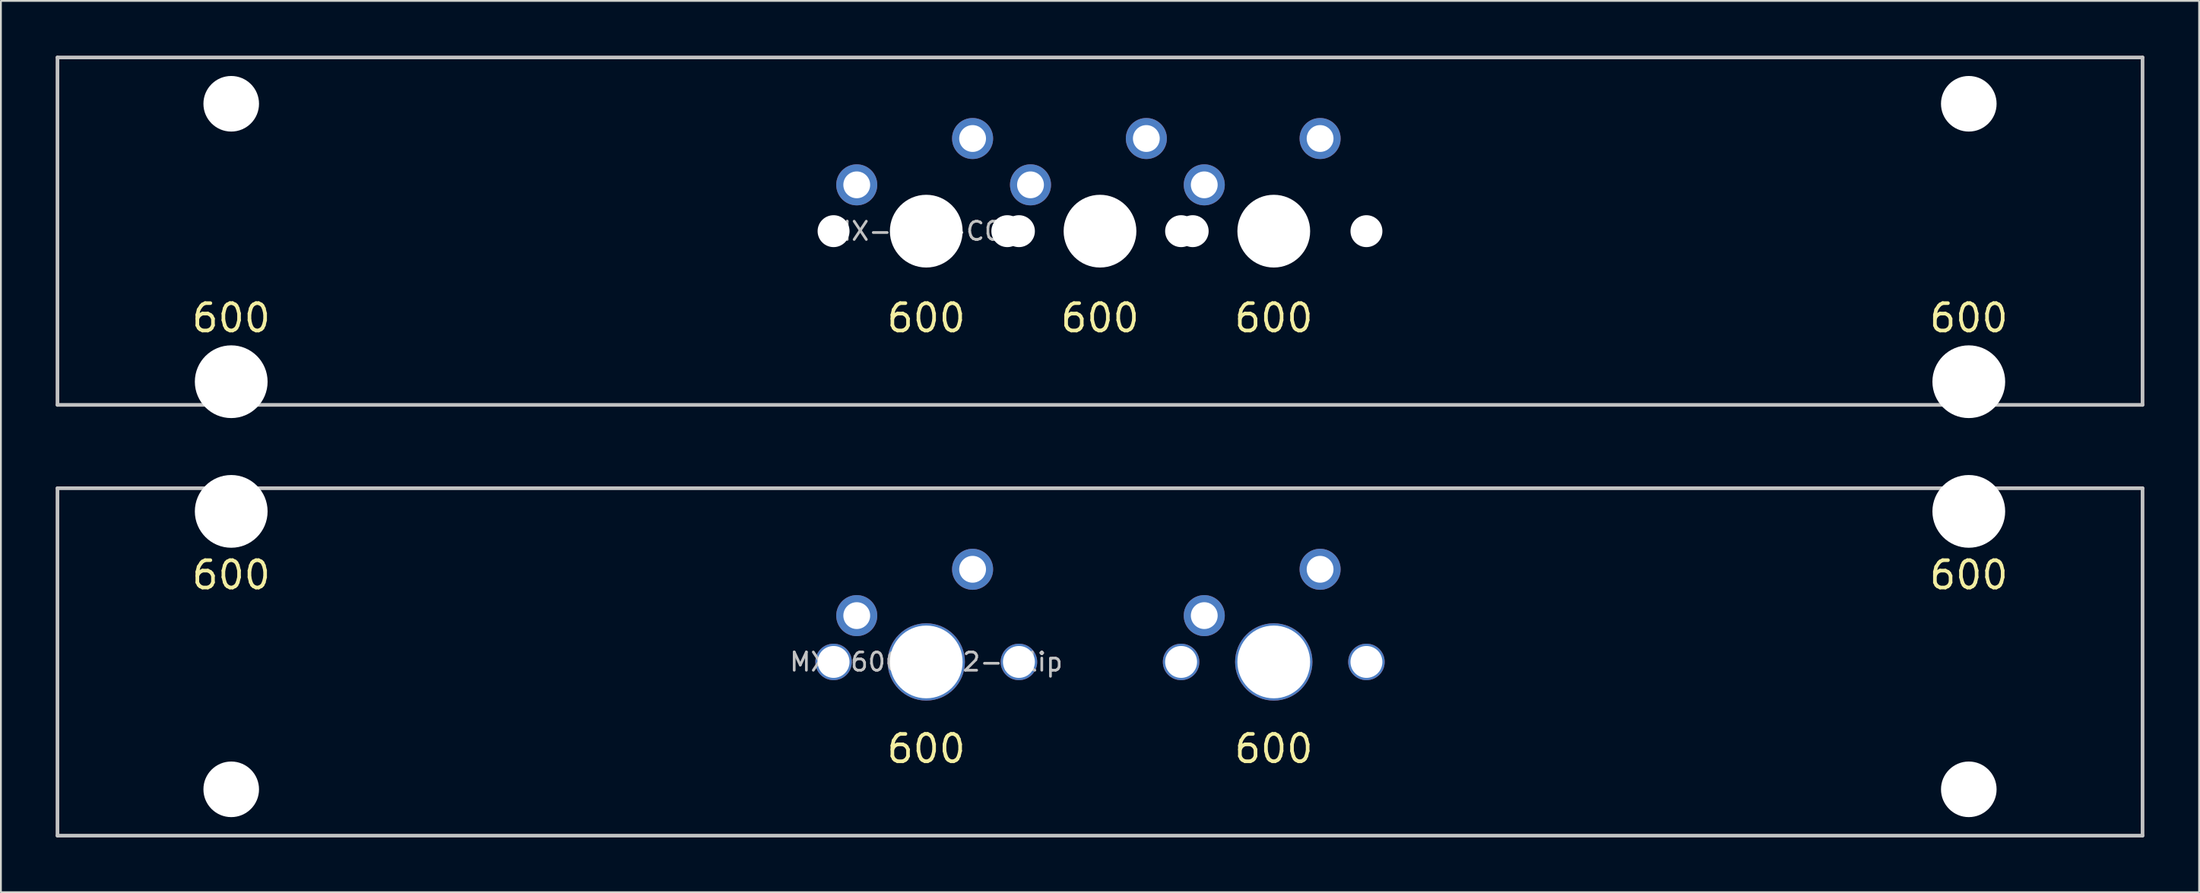
<source format=kicad_pcb>
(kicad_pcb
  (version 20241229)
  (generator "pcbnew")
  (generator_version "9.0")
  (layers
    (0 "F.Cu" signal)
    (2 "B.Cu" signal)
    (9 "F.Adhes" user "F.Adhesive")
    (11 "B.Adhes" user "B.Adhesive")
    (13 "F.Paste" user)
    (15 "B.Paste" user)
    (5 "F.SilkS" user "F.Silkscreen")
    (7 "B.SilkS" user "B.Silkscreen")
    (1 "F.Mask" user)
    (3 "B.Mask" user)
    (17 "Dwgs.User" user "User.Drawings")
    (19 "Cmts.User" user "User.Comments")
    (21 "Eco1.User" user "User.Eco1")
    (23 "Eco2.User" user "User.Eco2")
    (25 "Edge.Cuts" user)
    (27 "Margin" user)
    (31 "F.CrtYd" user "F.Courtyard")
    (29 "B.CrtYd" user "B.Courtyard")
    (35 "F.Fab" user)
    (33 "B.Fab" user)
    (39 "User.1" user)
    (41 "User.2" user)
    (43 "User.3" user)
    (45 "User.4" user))
  (footprint "MX-600-COC"
    (layer "F.Cu")
    (at 57.25 9.625)
    (property "Reference" "MX-600-COC" (at -9.525 0 0) (layer "Dwgs.User") (effects (font (size 1 1) (thickness 0.15))))
    (attr through_hole)
    (fp_line (start -57.15 9.525) (end -57.15 -9.525) (stroke (width 0.2) (type solid)) (layer "Dwgs.User"))
    (fp_line (start 57.15 -9.525) (end -57.15 -9.525) (stroke (width 0.2) (type solid)) (layer "Dwgs.User"))
    (fp_line (start 57.15 -9.525) (end 57.15 9.525) (stroke (width 0.2) (type solid)) (layer "Dwgs.User"))
    (fp_line (start 57.15 9.525) (end -57.15 9.525) (stroke (width 0.2) (type solid)) (layer "Dwgs.User"))
    (fp_line (start -51.055 -8.95) (end -51.055 10.25) (stroke (width 0.12) (type solid)) (layer "Eco1.User"))
    (fp_line (start -51.055 10.25) (end 51.055 10.25) (stroke (width 0.12) (type solid)) (layer "Eco1.User"))
    (fp_line (start -44.195 -8.95) (end -51.055 -8.95) (stroke (width 0.12) (type solid)) (layer "Eco1.User"))
    (fp_line (start -44.195 7) (end -44.195 -8.95) (stroke (width 0.12) (type solid)) (layer "Eco1.User"))
    (fp_line (start -16.525 -7) (end -16.525 7) (stroke (width 0.12) (type solid)) (layer "Eco1.User"))
    (fp_line (start -16.525 -7) (end 16.525 -7) (stroke (width 0.12) (type solid)) (layer "Eco1.User"))
    (fp_line (start -16.525 7) (end -44.195 7) (stroke (width 0.12) (type solid)) (layer "Eco1.User"))
    (fp_line (start 16.525 -7) (end 16.525 7) (stroke (width 0.12) (type solid)) (layer "Eco1.User"))
    (fp_line (start 44.195 -8.95) (end 44.195 7) (stroke (width 0.12) (type solid)) (layer "Eco1.User"))
    (fp_line (start 44.195 7) (end 16.525 7) (stroke (width 0.12) (type solid)) (layer "Eco1.User"))
    (fp_line (start 51.055 -8.95) (end 44.195 -8.95) (stroke (width 0.12) (type solid)) (layer "Eco1.User"))
    (fp_line (start 51.055 10.25) (end 51.055 -8.95) (stroke (width 0.12) (type solid)) (layer "Eco1.User"))
    (fp_circle (center -47.625 -6.985) (end -45.125 -6.985) (stroke (width 0.12) (type solid)) (fill no) (layer "Eco2.User"))
    (fp_circle (center 47.625 -6.985) (end 50.125 -6.985) (stroke (width 0.12) (type solid)) (fill no) (layer "Eco2.User"))
    (fp_text user "600" (at -9.525 4.763 0) (layer "F.SilkS") (effects (font (size 1.5 1.5) (thickness 0.2))))
    (fp_text user "600" (at 47.625 4.763 0) (layer "F.SilkS") (effects (font (size 1.5 1.5) (thickness 0.2))))
    (fp_text user "600" (at 0 4.763 0) (layer "F.SilkS") (effects (font (size 1.5 1.5) (thickness 0.2))))
    (fp_text user "600" (at 9.525 4.763 0) (layer "F.SilkS") (effects (font (size 1.5 1.5) (thickness 0.2))))
    (fp_text user "600" (at -47.625 4.763 0) (layer "F.SilkS") (effects (font (size 1.5 1.5) (thickness 0.2))))
    (pad "" np_thru_hole circle (at -47.625 -6.985) (size 3.048 3.048) (drill 3.048) (layers "*.Cu" "*.Mask"))
    (pad "" np_thru_hole circle (at -47.625 8.255) (size 3.988 3.988) (drill 3.988) (layers "*.Cu" "*.Mask"))
    (pad "" np_thru_hole circle (at -14.605 0) (size 1.75 1.75) (drill 1.75) (layers "*.Cu" "*.Mask"))
    (pad "" np_thru_hole circle (at -9.525 0) (size 3.988 3.988) (drill 3.988) (layers "*.Cu" "*.Mask"))
    (pad "" np_thru_hole circle (at -5.08 0) (size 1.75 1.75) (drill 1.75) (layers "*.Cu" "*.Mask"))
    (pad "" np_thru_hole circle (at -4.445 0) (size 1.75 1.75) (drill 1.75) (layers "*.Cu" "*.Mask"))
    (pad "" np_thru_hole circle (at 0 0) (size 3.988 3.988) (drill 3.988) (layers "*.Cu" "*.Mask"))
    (pad "" np_thru_hole circle (at 4.445 0) (size 1.75 1.75) (drill 1.75) (layers "*.Cu" "*.Mask"))
    (pad "" np_thru_hole circle (at 5.08 0) (size 1.75 1.75) (drill 1.75) (layers "*.Cu" "*.Mask"))
    (pad "" np_thru_hole circle (at 9.525 0) (size 3.988 3.988) (drill 3.988) (layers "*.Cu" "*.Mask"))
    (pad "" np_thru_hole circle (at 14.605 0) (size 1.75 1.75) (drill 1.75) (layers "*.Cu" "*.Mask"))
    (pad "" np_thru_hole circle (at 47.625 -6.985) (size 3.048 3.048) (drill 3.048) (layers "*.Cu" "*.Mask"))
    (pad "" np_thru_hole circle (at 47.625 8.255) (size 3.988 3.988) (drill 3.988) (layers "*.Cu" "*.Mask"))
    (pad "1" thru_hole circle (at -6.985 -5.08) (size 2.25 2.25) (drill 1.47) (layers "*.Cu" "B.Mask"))
    (pad "1" thru_hole circle (at 2.54 -5.08) (size 2.25 2.25) (drill 1.47) (layers "*.Cu" "B.Mask"))
    (pad "1" thru_hole circle (at 12.065 -5.08) (size 2.25 2.25) (drill 1.47) (layers "*.Cu" "B.Mask"))
    (pad "2" thru_hole circle (at -13.335 -2.54) (size 2.25 2.25) (drill 1.47) (layers "*.Cu" "B.Mask"))
    (pad "2" thru_hole circle (at -3.81 -2.54) (size 2.25 2.25) (drill 1.47) (layers "*.Cu" "B.Mask"))
    (pad "2" thru_hole circle (at 5.715 -2.54) (size 2.25 2.25) (drill 1.47) (layers "*.Cu" "B.Mask")))
  (footprint "MX-600-OC2-sflip"
    (layer "F.Cu")
    (at 57.25 33.245)
    (property "Reference" "MX-600-OC2-sflip" (at -9.525 0 0) (layer "Dwgs.User") (effects (font (size 1 1) (thickness 0.15))))
    (attr through_hole)
    (fp_line (start -57.15 -9.525) (end 57.15 -9.525) (stroke (width 0.2) (type solid)) (layer "Dwgs.User"))
    (fp_line (start -57.15 9.525) (end -57.15 -9.525) (stroke (width 0.2) (type solid)) (layer "Dwgs.User"))
    (fp_line (start -57.15 9.525) (end 57.15 9.525) (stroke (width 0.2) (type solid)) (layer "Dwgs.User"))
    (fp_line (start 57.15 -9.525) (end 57.15 9.525) (stroke (width 0.2) (type solid)) (layer "Dwgs.User"))
    (fp_line (start -51.055 -10.25) (end -51.055 8.95) (stroke (width 0.12) (type solid)) (layer "Eco1.User"))
    (fp_line (start -51.055 8.95) (end -44.195 8.95) (stroke (width 0.12) (type solid)) (layer "Eco1.User"))
    (fp_line (start -44.195 -7) (end -16.525 -7) (stroke (width 0.12) (type solid)) (layer "Eco1.User"))
    (fp_line (start -44.195 8.95) (end -44.195 -7) (stroke (width 0.12) (type solid)) (layer "Eco1.User"))
    (fp_line (start -16.525 7) (end -16.525 -7) (stroke (width 0.12) (type solid)) (layer "Eco1.User"))
    (fp_line (start -2.525 7) (end -16.525 7) (stroke (width 0.12) (type solid)) (layer "Eco1.User"))
    (fp_line (start -2.525 7) (end -2.525 -7) (stroke (width 0.12) (type solid)) (layer "Eco1.User"))
    (fp_line (start 2.525 -7) (end -2.525 -7) (stroke (width 0.12) (type solid)) (layer "Eco1.User"))
    (fp_line (start 2.525 7) (end 2.525 -7) (stroke (width 0.12) (type solid)) (layer "Eco1.User"))
    (fp_line (start 16.525 -7) (end 44.195 -7) (stroke (width 0.12) (type solid)) (layer "Eco1.User"))
    (fp_line (start 16.525 7) (end 2.525 7) (stroke (width 0.12) (type solid)) (layer "Eco1.User"))
    (fp_line (start 16.525 7) (end 16.525 -7) (stroke (width 0.12) (type solid)) (layer "Eco1.User"))
    (fp_line (start 44.195 -7) (end 44.195 8.95) (stroke (width 0.12) (type solid)) (layer "Eco1.User"))
    (fp_line (start 44.195 8.95) (end 51.055 8.95) (stroke (width 0.12) (type solid)) (layer "Eco1.User"))
    (fp_line (start 51.055 -10.25) (end -51.055 -10.25) (stroke (width 0.12) (type solid)) (layer "Eco1.User"))
    (fp_line (start 51.055 8.95) (end 51.055 -10.25) (stroke (width 0.12) (type solid)) (layer "Eco1.User"))
    (fp_circle (center -47.625 6.985) (end -50.125 6.985) (stroke (width 0.12) (type solid)) (fill no) (layer "Eco2.User"))
    (fp_circle (center 47.625 6.985) (end 45.125 6.985) (stroke (width 0.12) (type solid)) (fill no) (layer "Eco2.User"))
    (fp_text user "600" (at 47.625 -4.763 0) (layer "F.SilkS") (effects (font (size 1.5 1.5) (thickness 0.2))))
    (fp_text user "600" (at 9.525 4.763 0) (layer "F.SilkS") (effects (font (size 1.5 1.5) (thickness 0.2))))
    (fp_text user "600" (at -47.625 -4.763 0) (layer "F.SilkS") (effects (font (size 1.5 1.5) (thickness 0.2))))
    (fp_text user "600" (at -9.525 4.763 0) (layer "F.SilkS") (effects (font (size 1.5 1.5) (thickness 0.2))))
    (pad "" np_thru_hole circle (at -47.625 -8.255 180) (size 3.988 3.988) (drill 3.988) (layers "*.Cu" "*.Mask"))
    (pad "" np_thru_hole circle (at -47.625 6.985 180) (size 3.048 3.048) (drill 3.048) (layers "*.Cu" "*.Mask"))
    (pad "" thru_hole circle (at -14.605 0) (size 2 2) (drill 1.75) (layers "*.Cu"))
    (pad "" thru_hole circle (at -9.525 0) (size 4.238 4.238) (drill 3.988) (layers "*.Cu"))
    (pad "" thru_hole circle (at -4.445 0) (size 2 2) (drill 1.75) (layers "*.Cu"))
    (pad "" thru_hole circle (at 4.445 0) (size 2 2) (drill 1.75) (layers "*.Cu"))
    (pad "" thru_hole circle (at 9.525 0) (size 4.238 4.238) (drill 3.988) (layers "*.Cu"))
    (pad "" thru_hole circle (at 14.605 0) (size 2 2) (drill 1.75) (layers "*.Cu"))
    (pad "" np_thru_hole circle (at 47.625 -8.255 180) (size 3.988 3.988) (drill 3.988) (layers "*.Cu" "*.Mask"))
    (pad "" np_thru_hole circle (at 47.625 6.985 180) (size 3.048 3.048) (drill 3.048) (layers "*.Cu" "*.Mask"))
    (pad "1" thru_hole circle (at -6.985 -5.08) (size 2.25 2.25) (drill 1.47) (layers "*.Cu" "B.Mask"))
    (pad "1" thru_hole circle (at 12.065 -5.08) (size 2.25 2.25) (drill 1.47) (layers "*.Cu" "B.Mask"))
    (pad "2" thru_hole circle (at -13.335 -2.54) (size 2.25 2.25) (drill 1.47) (layers "*.Cu" "B.Mask"))
    (pad "2" thru_hole circle (at 5.715 -2.54) (size 2.25 2.25) (drill 1.47) (layers "*.Cu" "B.Mask")))
  (gr_rect
    (start -3 -3)
    (end 117.5 45.87)
    (stroke (width 0.1) (type default))
    (fill no)
    (layer "Edge.Cuts")))
</source>
